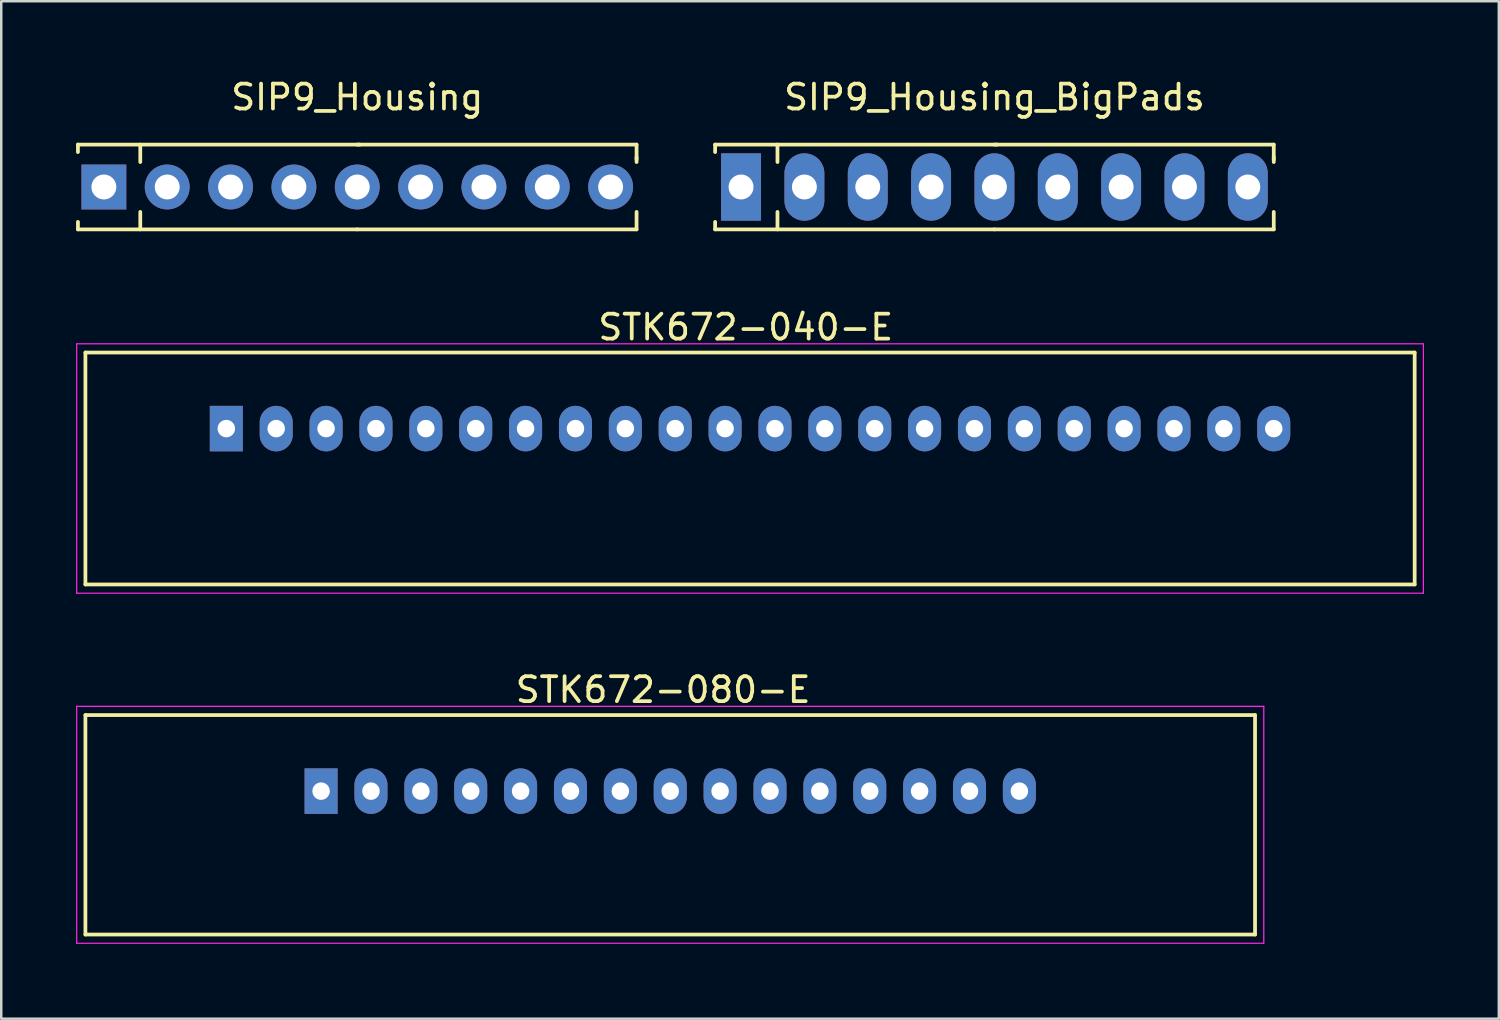
<source format=kicad_pcb>
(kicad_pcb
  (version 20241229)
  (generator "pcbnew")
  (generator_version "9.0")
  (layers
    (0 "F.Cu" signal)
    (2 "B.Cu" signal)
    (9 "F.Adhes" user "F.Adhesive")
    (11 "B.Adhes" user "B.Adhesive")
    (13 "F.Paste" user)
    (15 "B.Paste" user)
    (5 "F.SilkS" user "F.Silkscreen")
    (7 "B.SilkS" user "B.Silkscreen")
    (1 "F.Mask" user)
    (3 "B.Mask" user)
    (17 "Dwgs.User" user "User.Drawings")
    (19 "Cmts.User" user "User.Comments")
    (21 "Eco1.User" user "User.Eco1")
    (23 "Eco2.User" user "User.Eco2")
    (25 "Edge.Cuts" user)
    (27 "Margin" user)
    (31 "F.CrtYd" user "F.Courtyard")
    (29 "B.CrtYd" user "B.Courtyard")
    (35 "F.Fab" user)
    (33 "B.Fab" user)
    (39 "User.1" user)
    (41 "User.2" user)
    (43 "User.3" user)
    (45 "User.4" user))
  (footprint "SIP9_Housing"
    (layer "F.Cu")
    (at 11.275 4.448)
    (property "Reference" "SIP9_Housing" (at 0 -3.6 0) (layer "F.SilkS") (effects (font (size 1 1) (thickness 0.15))))
    (attr through_hole)
    (fp_line (start -11.2 -1.7) (end -11.2 -1.4) (stroke (width 0.15) (type solid)) (layer "F.SilkS"))
    (fp_line (start -11.2 1.7) (end -11.2 1.4) (stroke (width 0.15) (type solid)) (layer "F.SilkS"))
    (fp_line (start -8.7 -1.7) (end -8.7 -1) (stroke (width 0.15) (type solid)) (layer "F.SilkS"))
    (fp_line (start -8.7 1.7) (end -8.7 1) (stroke (width 0.15) (type solid)) (layer "F.SilkS"))
    (fp_line (start 0 -1.7) (end 11.2 -1.7) (stroke (width 0.15) (type solid)) (layer "F.SilkS"))
    (fp_line (start 0 1.7) (end -11.2 1.7) (stroke (width 0.15) (type solid)) (layer "F.SilkS"))
    (fp_line (start 0 1.7) (end 11.2 1.7) (stroke (width 0.15) (type solid)) (layer "F.SilkS"))
    (fp_line (start 0.1 -1.7) (end -11.2 -1.7) (stroke (width 0.15) (type solid)) (layer "F.SilkS"))
    (fp_line (start 11.2 -1.7) (end 11.2 -1.1) (stroke (width 0.15) (type solid)) (layer "F.SilkS"))
    (fp_line (start 11.2 -1.2) (end 11.2 -1) (stroke (width 0.15) (type solid)) (layer "F.SilkS"))
    (fp_line (start 11.2 1.7) (end 11.2 1) (stroke (width 0.15) (type solid)) (layer "F.SilkS"))
    (pad "1" thru_hole rect (at -10.16 0 90) (size 1.8 1.8) (drill 1) (layers "*.Cu" "*.Mask"))
    (pad "2" thru_hole circle (at -7.62 0 90) (size 1.8 1.8) (drill 1) (layers "*.Cu" "*.Mask"))
    (pad "3" thru_hole circle (at -5.08 0 90) (size 1.8 1.8) (drill 1) (layers "*.Cu" "*.Mask"))
    (pad "4" thru_hole circle (at -2.54 0 90) (size 1.8 1.8) (drill 1) (layers "*.Cu" "*.Mask"))
    (pad "5" thru_hole circle (at 0 0 90) (size 1.8 1.8) (drill 1) (layers "*.Cu" "*.Mask"))
    (pad "6" thru_hole circle (at 2.54 0 90) (size 1.8 1.8) (drill 1) (layers "*.Cu" "*.Mask"))
    (pad "7" thru_hole circle (at 5.08 0 90) (size 1.8 1.8) (drill 1) (layers "*.Cu" "*.Mask"))
    (pad "8" thru_hole circle (at 7.62 0 90) (size 1.8 1.8) (drill 1) (layers "*.Cu" "*.Mask"))
    (pad "9" thru_hole circle (at 10.16 0 90) (size 1.8 1.8) (drill 1) (layers "*.Cu" "*.Mask")))
  (footprint "STK672-040-E"
    (layer "F.Cu")
    (at 6.025 14.136)
    (property "Reference" "STK672-040-E" (at 20.828 -4.064 0) (layer "F.SilkS") (effects (font (size 1 1) (thickness 0.15))))
    (attr through_hole)
    (fp_line (start -5.65 -3.05) (end 47.65 -3.05) (stroke (width 0.15) (type solid)) (layer "F.SilkS"))
    (fp_line (start -5.65 6.25) (end -5.65 -3.05) (stroke (width 0.15) (type solid)) (layer "F.SilkS"))
    (fp_line (start 47.65 -3.05) (end 47.65 6.25) (stroke (width 0.15) (type solid)) (layer "F.SilkS"))
    (fp_line (start 47.65 6.25) (end -5.65 6.25) (stroke (width 0.15) (type solid)) (layer "F.SilkS"))
    (fp_line (start -6 -3.4) (end 48 -3.4) (stroke (width 0.05) (type solid)) (layer "F.CrtYd"))
    (fp_line (start -6 6.6) (end -6 -3.4) (stroke (width 0.05) (type solid)) (layer "F.CrtYd"))
    (fp_line (start 48 -3.4) (end 48 6.6) (stroke (width 0.05) (type solid)) (layer "F.CrtYd"))
    (fp_line (start 48 6.6) (end -6 6.6) (stroke (width 0.05) (type solid)) (layer "F.CrtYd"))
    (pad "1" thru_hole rect (at 0 0) (size 1.324 1.824) (drill 0.7) (layers "*.Cu" "*.Mask"))
    (pad "2" thru_hole oval (at 2 0) (size 1.324 1.824) (drill 0.7) (layers "*.Cu" "*.Mask"))
    (pad "3" thru_hole oval (at 4 0) (size 1.324 1.824) (drill 0.7) (layers "*.Cu" "*.Mask"))
    (pad "4" thru_hole oval (at 6 0) (size 1.324 1.824) (drill 0.7) (layers "*.Cu" "*.Mask"))
    (pad "5" thru_hole oval (at 8 0) (size 1.324 1.824) (drill 0.7) (layers "*.Cu" "*.Mask"))
    (pad "6" thru_hole oval (at 10 0) (size 1.324 1.824) (drill 0.7) (layers "*.Cu" "*.Mask"))
    (pad "7" thru_hole oval (at 12 0) (size 1.324 1.824) (drill 0.7) (layers "*.Cu" "*.Mask"))
    (pad "8" thru_hole oval (at 14 0) (size 1.324 1.824) (drill 0.7) (layers "*.Cu" "*.Mask"))
    (pad "9" thru_hole oval (at 16 0) (size 1.324 1.824) (drill 0.7) (layers "*.Cu" "*.Mask"))
    (pad "10" thru_hole oval (at 18 0) (size 1.324 1.824) (drill 0.7) (layers "*.Cu" "*.Mask"))
    (pad "11" thru_hole oval (at 20 0) (size 1.324 1.824) (drill 0.7) (layers "*.Cu" "*.Mask"))
    (pad "12" thru_hole oval (at 22 0) (size 1.324 1.824) (drill 0.7) (layers "*.Cu" "*.Mask"))
    (pad "13" thru_hole oval (at 24 0) (size 1.324 1.824) (drill 0.7) (layers "*.Cu" "*.Mask"))
    (pad "14" thru_hole oval (at 26 0) (size 1.324 1.824) (drill 0.7) (layers "*.Cu" "*.Mask"))
    (pad "15" thru_hole oval (at 28 0) (size 1.324 1.824) (drill 0.7) (layers "*.Cu" "*.Mask"))
    (pad "16" thru_hole oval (at 30 0) (size 1.324 1.824) (drill 0.7) (layers "*.Cu" "*.Mask"))
    (pad "17" thru_hole oval (at 32 0) (size 1.324 1.824) (drill 0.7) (layers "*.Cu" "*.Mask"))
    (pad "18" thru_hole oval (at 34 0) (size 1.324 1.824) (drill 0.7) (layers "*.Cu" "*.Mask"))
    (pad "19" thru_hole oval (at 36 0) (size 1.324 1.824) (drill 0.7) (layers "*.Cu" "*.Mask"))
    (pad "20" thru_hole oval (at 38 0) (size 1.324 1.824) (drill 0.7) (layers "*.Cu" "*.Mask"))
    (pad "21" thru_hole oval (at 40 0) (size 1.324 1.824) (drill 0.7) (layers "*.Cu" "*.Mask"))
    (pad "22" thru_hole oval (at 42 0) (size 1.324 1.824) (drill 0.7) (layers "*.Cu" "*.Mask")))
  (footprint "SIP9_Housing_BigPads"
    (layer "F.Cu")
    (at 36.825 4.448)
    (property "Reference" "SIP9_Housing_BigPads" (at 0 -3.6 0) (layer "F.SilkS") (effects (font (size 1 1) (thickness 0.15))))
    (attr through_hole)
    (fp_line (start -11.2 -1.7) (end -11.2 -1.4) (stroke (width 0.15) (type solid)) (layer "F.SilkS"))
    (fp_line (start -11.2 1.7) (end -11.2 1.4) (stroke (width 0.15) (type solid)) (layer "F.SilkS"))
    (fp_line (start -8.7 -1.7) (end -8.7 -1) (stroke (width 0.15) (type solid)) (layer "F.SilkS"))
    (fp_line (start -8.7 1.7) (end -8.7 1) (stroke (width 0.15) (type solid)) (layer "F.SilkS"))
    (fp_line (start 0 -1.7) (end 11.2 -1.7) (stroke (width 0.15) (type solid)) (layer "F.SilkS"))
    (fp_line (start 0 1.7) (end -11.2 1.7) (stroke (width 0.15) (type solid)) (layer "F.SilkS"))
    (fp_line (start 0 1.7) (end 11.2 1.7) (stroke (width 0.15) (type solid)) (layer "F.SilkS"))
    (fp_line (start 0.1 -1.7) (end -11.2 -1.7) (stroke (width 0.15) (type solid)) (layer "F.SilkS"))
    (fp_line (start 11.2 -1.7) (end 11.2 -1.1) (stroke (width 0.15) (type solid)) (layer "F.SilkS"))
    (fp_line (start 11.2 -1.2) (end 11.2 -1) (stroke (width 0.15) (type solid)) (layer "F.SilkS"))
    (fp_line (start 11.2 1.7) (end 11.2 1) (stroke (width 0.15) (type solid)) (layer "F.SilkS"))
    (pad "1" thru_hole rect (at -10.16 0 90) (size 2.7 1.6) (drill 1) (layers "*.Cu" "*.Mask"))
    (pad "2" thru_hole oval (at -7.62 0 90) (size 2.7 1.6) (drill 1) (layers "*.Cu" "*.Mask"))
    (pad "3" thru_hole oval (at -5.08 0 90) (size 2.7 1.6) (drill 1) (layers "*.Cu" "*.Mask"))
    (pad "4" thru_hole oval (at -2.54 0 90) (size 2.7 1.6) (drill 1) (layers "*.Cu" "*.Mask"))
    (pad "5" thru_hole oval (at 0 0 90) (size 2.7 1.6) (drill 1) (layers "*.Cu" "*.Mask"))
    (pad "6" thru_hole oval (at 2.54 0 90) (size 2.7 1.6) (drill 1) (layers "*.Cu" "*.Mask"))
    (pad "7" thru_hole oval (at 5.08 0 90) (size 2.7 1.6) (drill 1) (layers "*.Cu" "*.Mask"))
    (pad "8" thru_hole oval (at 7.62 0 90) (size 2.7 1.6) (drill 1) (layers "*.Cu" "*.Mask"))
    (pad "9" thru_hole oval (at 10.16 0 90) (size 2.7 1.6) (drill 1) (layers "*.Cu" "*.Mask")))
  (footprint "STK672-080-E"
    (layer "F.Cu")
    (at 9.825 28.673)
    (property "Reference" "STK672-080-E" (at 13.716 -4.064 0) (layer "F.SilkS") (effects (font (size 1 1) (thickness 0.15))))
    (attr through_hole)
    (fp_line (start -9.45 -3.05) (end 37.45 -3.05) (stroke (width 0.15) (type solid)) (layer "F.SilkS"))
    (fp_line (start -9.45 5.75) (end -9.45 -3.05) (stroke (width 0.15) (type solid)) (layer "F.SilkS"))
    (fp_line (start 37.45 -3.05) (end 37.45 5.75) (stroke (width 0.15) (type solid)) (layer "F.SilkS"))
    (fp_line (start 37.45 5.75) (end -9.45 5.75) (stroke (width 0.15) (type solid)) (layer "F.SilkS"))
    (fp_line (start -9.8 -3.4) (end -9.8 6.1) (stroke (width 0.05) (type solid)) (layer "F.CrtYd"))
    (fp_line (start -9.8 -3.4) (end 37.8 -3.4) (stroke (width 0.05) (type solid)) (layer "F.CrtYd"))
    (fp_line (start -9.8 6.1) (end 37.8 6.1) (stroke (width 0.05) (type solid)) (layer "F.CrtYd"))
    (fp_line (start 37.8 -3.4) (end 37.8 6.1) (stroke (width 0.05) (type solid)) (layer "F.CrtYd"))
    (pad "1" thru_hole rect (at 0 0) (size 1.324 1.824) (drill 0.7) (layers "*.Cu" "*.Mask"))
    (pad "2" thru_hole oval (at 2 0) (size 1.324 1.824) (drill 0.7) (layers "*.Cu" "*.Mask"))
    (pad "3" thru_hole oval (at 4 0) (size 1.324 1.824) (drill 0.7) (layers "*.Cu" "*.Mask"))
    (pad "4" thru_hole oval (at 6 0) (size 1.324 1.824) (drill 0.7) (layers "*.Cu" "*.Mask"))
    (pad "5" thru_hole oval (at 8 0) (size 1.324 1.824) (drill 0.7) (layers "*.Cu" "*.Mask"))
    (pad "6" thru_hole oval (at 10 0) (size 1.324 1.824) (drill 0.7) (layers "*.Cu" "*.Mask"))
    (pad "7" thru_hole oval (at 12 0) (size 1.324 1.824) (drill 0.7) (layers "*.Cu" "*.Mask"))
    (pad "8" thru_hole oval (at 14 0) (size 1.324 1.824) (drill 0.7) (layers "*.Cu" "*.Mask"))
    (pad "9" thru_hole oval (at 16 0) (size 1.324 1.824) (drill 0.7) (layers "*.Cu" "*.Mask"))
    (pad "10" thru_hole oval (at 18 0) (size 1.324 1.824) (drill 0.7) (layers "*.Cu" "*.Mask"))
    (pad "11" thru_hole oval (at 20 0) (size 1.324 1.824) (drill 0.7) (layers "*.Cu" "*.Mask"))
    (pad "12" thru_hole oval (at 22 0) (size 1.324 1.824) (drill 0.7) (layers "*.Cu" "*.Mask"))
    (pad "13" thru_hole oval (at 24 0) (size 1.324 1.824) (drill 0.7) (layers "*.Cu" "*.Mask"))
    (pad "14" thru_hole oval (at 26 0) (size 1.324 1.824) (drill 0.7) (layers "*.Cu" "*.Mask"))
    (pad "15" thru_hole oval (at 28 0) (size 1.324 1.824) (drill 0.7) (layers "*.Cu" "*.Mask")))
  (gr_rect
    (start -3 -3)
    (end 57.05 37.798)
    (stroke (width 0.1) (type default))
    (fill no)
    (layer "Edge.Cuts")))
</source>
